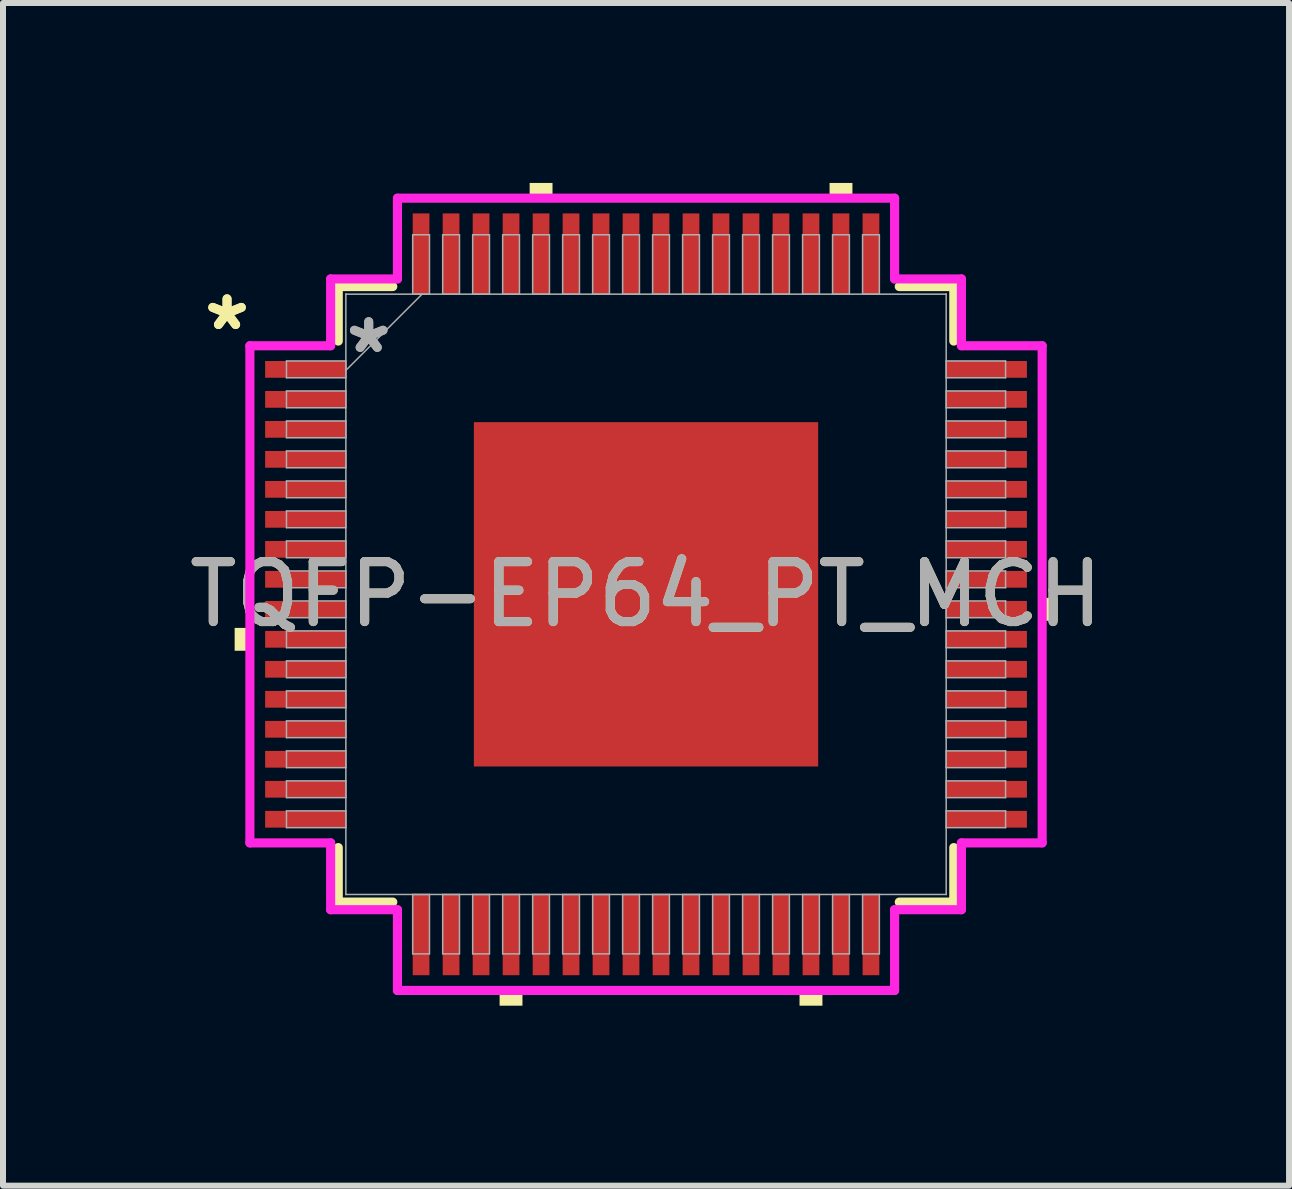
<source format=kicad_pcb>
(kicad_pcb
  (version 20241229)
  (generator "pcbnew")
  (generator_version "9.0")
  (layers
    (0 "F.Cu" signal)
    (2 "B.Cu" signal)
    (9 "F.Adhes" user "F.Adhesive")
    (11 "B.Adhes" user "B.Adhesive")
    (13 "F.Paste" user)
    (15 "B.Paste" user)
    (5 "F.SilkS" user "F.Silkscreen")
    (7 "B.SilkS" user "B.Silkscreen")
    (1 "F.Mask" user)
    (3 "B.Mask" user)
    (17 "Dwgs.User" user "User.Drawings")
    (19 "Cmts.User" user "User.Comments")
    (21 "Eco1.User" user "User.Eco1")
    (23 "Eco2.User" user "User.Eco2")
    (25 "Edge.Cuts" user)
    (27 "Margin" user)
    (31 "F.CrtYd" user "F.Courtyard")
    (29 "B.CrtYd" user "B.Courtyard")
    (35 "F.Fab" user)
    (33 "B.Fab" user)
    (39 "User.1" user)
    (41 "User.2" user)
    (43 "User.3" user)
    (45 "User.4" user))
  (footprint "TQFP-EP64_PT_MCH"
    (layer "F.Cu")
    (at 7.72 6.858)
    (property "Reference" "TQFP-EP64_PT_MCH" (at 0 0 0) (unlocked yes) (layer "F.SilkS") (effects (font (size 1 1) (thickness 0.15))))
    (attr smd)
    (fp_line (start -5.131 -5.131) (end -5.131 -4.222) (stroke (width 0.152) (type solid)) (layer "F.SilkS"))
    (fp_line (start -5.131 4.222) (end -5.131 5.131) (stroke (width 0.152) (type solid)) (layer "F.SilkS"))
    (fp_line (start -5.131 5.131) (end -4.222 5.131) (stroke (width 0.152) (type solid)) (layer "F.SilkS"))
    (fp_line (start -4.222 -5.131) (end -5.131 -5.131) (stroke (width 0.152) (type solid)) (layer "F.SilkS"))
    (fp_line (start 4.222 5.131) (end 5.131 5.131) (stroke (width 0.152) (type solid)) (layer "F.SilkS"))
    (fp_line (start 5.131 -5.131) (end 4.222 -5.131) (stroke (width 0.152) (type solid)) (layer "F.SilkS"))
    (fp_line (start 5.131 -4.222) (end 5.131 -5.131) (stroke (width 0.152) (type solid)) (layer "F.SilkS"))
    (fp_line (start 5.131 5.131) (end 5.131 4.222) (stroke (width 0.152) (type solid)) (layer "F.SilkS"))
    (fp_poly (pts (xy -6.858 0.56) (xy -6.858 0.941) (xy -6.604 0.941) (xy -6.604 0.56)) (stroke (width 0) (type solid)) (fill yes) (layer "F.SilkS"))
    (fp_poly (pts (xy -2.441 6.604) (xy -2.441 6.858) (xy -2.06 6.858) (xy -2.06 6.604)) (stroke (width 0) (type solid)) (fill yes) (layer "F.SilkS"))
    (fp_poly (pts (xy -1.94 -6.604) (xy -1.94 -6.858) (xy -1.559 -6.858) (xy -1.559 -6.604)) (stroke (width 0) (type solid)) (fill yes) (layer "F.SilkS"))
    (fp_poly (pts (xy 2.559 6.604) (xy 2.559 6.858) (xy 2.941 6.858) (xy 2.941 6.604)) (stroke (width 0) (type solid)) (fill yes) (layer "F.SilkS"))
    (fp_poly (pts (xy 3.06 -6.604) (xy 3.06 -6.858) (xy 3.441 -6.858) (xy 3.441 -6.604)) (stroke (width 0) (type solid)) (fill yes) (layer "F.SilkS"))
    (fp_poly (pts (xy 6.858 0.059) (xy 6.858 0.441) (xy 6.604 0.441) (xy 6.604 0.059)) (stroke (width 0) (type solid)) (fill yes) (layer "F.SilkS"))
    (fp_poly (pts (xy -2.77 -2.77) (xy -2.77 -1.535) (xy -1.535 -1.535) (xy -1.535 -2.77)) (stroke (width 0) (type solid)) (fill yes) (layer "F.Paste"))
    (fp_poly (pts (xy -2.77 -1.335) (xy -2.77 -0.1) (xy -1.535 -0.1) (xy -1.535 -1.335)) (stroke (width 0) (type solid)) (fill yes) (layer "F.Paste"))
    (fp_poly (pts (xy -2.77 0.1) (xy -2.77 1.335) (xy -1.535 1.335) (xy -1.535 0.1)) (stroke (width 0) (type solid)) (fill yes) (layer "F.Paste"))
    (fp_poly (pts (xy -2.77 1.535) (xy -2.77 2.77) (xy -1.535 2.77) (xy -1.535 1.535)) (stroke (width 0) (type solid)) (fill yes) (layer "F.Paste"))
    (fp_poly (pts (xy -1.335 -2.77) (xy -1.335 -1.535) (xy -0.1 -1.535) (xy -0.1 -2.77)) (stroke (width 0) (type solid)) (fill yes) (layer "F.Paste"))
    (fp_poly (pts (xy -1.335 -1.335) (xy -1.335 -0.1) (xy -0.1 -0.1) (xy -0.1 -1.335)) (stroke (width 0) (type solid)) (fill yes) (layer "F.Paste"))
    (fp_poly (pts (xy -1.335 0.1) (xy -1.335 1.335) (xy -0.1 1.335) (xy -0.1 0.1)) (stroke (width 0) (type solid)) (fill yes) (layer "F.Paste"))
    (fp_poly (pts (xy -1.335 1.535) (xy -1.335 2.77) (xy -0.1 2.77) (xy -0.1 1.535)) (stroke (width 0) (type solid)) (fill yes) (layer "F.Paste"))
    (fp_poly (pts (xy 0.1 -2.77) (xy 0.1 -1.535) (xy 1.335 -1.535) (xy 1.335 -2.77)) (stroke (width 0) (type solid)) (fill yes) (layer "F.Paste"))
    (fp_poly (pts (xy 0.1 -1.335) (xy 0.1 -0.1) (xy 1.335 -0.1) (xy 1.335 -1.335)) (stroke (width 0) (type solid)) (fill yes) (layer "F.Paste"))
    (fp_poly (pts (xy 0.1 0.1) (xy 0.1 1.335) (xy 1.335 1.335) (xy 1.335 0.1)) (stroke (width 0) (type solid)) (fill yes) (layer "F.Paste"))
    (fp_poly (pts (xy 0.1 1.535) (xy 0.1 2.77) (xy 1.335 2.77) (xy 1.335 1.535)) (stroke (width 0) (type solid)) (fill yes) (layer "F.Paste"))
    (fp_poly (pts (xy 1.535 -2.77) (xy 1.535 -1.535) (xy 2.77 -1.535) (xy 2.77 -2.77)) (stroke (width 0) (type solid)) (fill yes) (layer "F.Paste"))
    (fp_poly (pts (xy 1.535 -1.335) (xy 1.535 -0.1) (xy 2.77 -0.1) (xy 2.77 -1.335)) (stroke (width 0) (type solid)) (fill yes) (layer "F.Paste"))
    (fp_poly (pts (xy 1.535 0.1) (xy 1.535 1.335) (xy 2.77 1.335) (xy 2.77 0.1)) (stroke (width 0) (type solid)) (fill yes) (layer "F.Paste"))
    (fp_poly (pts (xy 1.535 1.535) (xy 1.535 2.77) (xy 2.77 2.77) (xy 2.77 1.535)) (stroke (width 0) (type solid)) (fill yes) (layer "F.Paste"))
    (fp_line (start -6.604 -4.144) (end -5.258 -4.144) (stroke (width 0.152) (type solid)) (layer "F.CrtYd"))
    (fp_line (start -6.604 4.144) (end -6.604 -4.144) (stroke (width 0.152) (type solid)) (layer "F.CrtYd"))
    (fp_line (start -5.258 -5.258) (end -4.144 -5.258) (stroke (width 0.152) (type solid)) (layer "F.CrtYd"))
    (fp_line (start -5.258 -4.144) (end -5.258 -5.258) (stroke (width 0.152) (type solid)) (layer "F.CrtYd"))
    (fp_line (start -5.258 4.144) (end -6.604 4.144) (stroke (width 0.152) (type solid)) (layer "F.CrtYd"))
    (fp_line (start -5.258 5.258) (end -5.258 4.144) (stroke (width 0.152) (type solid)) (layer "F.CrtYd"))
    (fp_line (start -5.258 5.258) (end -4.144 5.258) (stroke (width 0.152) (type solid)) (layer "F.CrtYd"))
    (fp_line (start -4.144 -6.604) (end 4.144 -6.604) (stroke (width 0.152) (type solid)) (layer "F.CrtYd"))
    (fp_line (start -4.144 -5.258) (end -4.144 -6.604) (stroke (width 0.152) (type solid)) (layer "F.CrtYd"))
    (fp_line (start -4.144 5.258) (end -4.144 6.604) (stroke (width 0.152) (type solid)) (layer "F.CrtYd"))
    (fp_line (start -4.144 6.604) (end 4.144 6.604) (stroke (width 0.152) (type solid)) (layer "F.CrtYd"))
    (fp_line (start 4.144 -6.604) (end 4.144 -5.258) (stroke (width 0.152) (type solid)) (layer "F.CrtYd"))
    (fp_line (start 4.144 -5.258) (end 5.258 -5.258) (stroke (width 0.152) (type solid)) (layer "F.CrtYd"))
    (fp_line (start 4.144 5.258) (end 5.258 5.258) (stroke (width 0.152) (type solid)) (layer "F.CrtYd"))
    (fp_line (start 4.144 6.604) (end 4.144 5.258) (stroke (width 0.152) (type solid)) (layer "F.CrtYd"))
    (fp_line (start 5.258 -4.144) (end 5.258 -5.258) (stroke (width 0.152) (type solid)) (layer "F.CrtYd"))
    (fp_line (start 5.258 4.144) (end 6.604 4.144) (stroke (width 0.152) (type solid)) (layer "F.CrtYd"))
    (fp_line (start 5.258 5.258) (end 5.258 4.144) (stroke (width 0.152) (type solid)) (layer "F.CrtYd"))
    (fp_line (start 6.604 -4.144) (end 5.258 -4.144) (stroke (width 0.152) (type solid)) (layer "F.CrtYd"))
    (fp_line (start 6.604 4.144) (end 6.604 -4.144) (stroke (width 0.152) (type solid)) (layer "F.CrtYd"))
    (fp_line (start -5.994 -3.89) (end -5.994 -3.61) (stroke (width 0.025) (type solid)) (layer "F.Fab"))
    (fp_line (start -5.994 -3.61) (end -5.004 -3.61) (stroke (width 0.025) (type solid)) (layer "F.Fab"))
    (fp_line (start -5.994 -3.39) (end -5.994 -3.11) (stroke (width 0.025) (type solid)) (layer "F.Fab"))
    (fp_line (start -5.994 -3.11) (end -5.004 -3.11) (stroke (width 0.025) (type solid)) (layer "F.Fab"))
    (fp_line (start -5.994 -2.89) (end -5.994 -2.61) (stroke (width 0.025) (type solid)) (layer "F.Fab"))
    (fp_line (start -5.994 -2.61) (end -5.004 -2.61) (stroke (width 0.025) (type solid)) (layer "F.Fab"))
    (fp_line (start -5.994 -2.39) (end -5.994 -2.11) (stroke (width 0.025) (type solid)) (layer "F.Fab"))
    (fp_line (start -5.994 -2.11) (end -5.004 -2.11) (stroke (width 0.025) (type solid)) (layer "F.Fab"))
    (fp_line (start -5.994 -1.89) (end -5.994 -1.61) (stroke (width 0.025) (type solid)) (layer "F.Fab"))
    (fp_line (start -5.994 -1.61) (end -5.004 -1.61) (stroke (width 0.025) (type solid)) (layer "F.Fab"))
    (fp_line (start -5.994 -1.39) (end -5.994 -1.11) (stroke (width 0.025) (type solid)) (layer "F.Fab"))
    (fp_line (start -5.994 -1.11) (end -5.004 -1.11) (stroke (width 0.025) (type solid)) (layer "F.Fab"))
    (fp_line (start -5.994 -0.89) (end -5.994 -0.61) (stroke (width 0.025) (type solid)) (layer "F.Fab"))
    (fp_line (start -5.994 -0.61) (end -5.004 -0.61) (stroke (width 0.025) (type solid)) (layer "F.Fab"))
    (fp_line (start -5.994 -0.39) (end -5.994 -0.11) (stroke (width 0.025) (type solid)) (layer "F.Fab"))
    (fp_line (start -5.994 -0.11) (end -5.004 -0.11) (stroke (width 0.025) (type solid)) (layer "F.Fab"))
    (fp_line (start -5.994 0.11) (end -5.994 0.39) (stroke (width 0.025) (type solid)) (layer "F.Fab"))
    (fp_line (start -5.994 0.39) (end -5.004 0.39) (stroke (width 0.025) (type solid)) (layer "F.Fab"))
    (fp_line (start -5.994 0.61) (end -5.994 0.89) (stroke (width 0.025) (type solid)) (layer "F.Fab"))
    (fp_line (start -5.994 0.89) (end -5.004 0.89) (stroke (width 0.025) (type solid)) (layer "F.Fab"))
    (fp_line (start -5.994 1.11) (end -5.994 1.39) (stroke (width 0.025) (type solid)) (layer "F.Fab"))
    (fp_line (start -5.994 1.39) (end -5.004 1.39) (stroke (width 0.025) (type solid)) (layer "F.Fab"))
    (fp_line (start -5.994 1.61) (end -5.994 1.89) (stroke (width 0.025) (type solid)) (layer "F.Fab"))
    (fp_line (start -5.994 1.89) (end -5.004 1.89) (stroke (width 0.025) (type solid)) (layer "F.Fab"))
    (fp_line (start -5.994 2.11) (end -5.994 2.39) (stroke (width 0.025) (type solid)) (layer "F.Fab"))
    (fp_line (start -5.994 2.39) (end -5.004 2.39) (stroke (width 0.025) (type solid)) (layer "F.Fab"))
    (fp_line (start -5.994 2.61) (end -5.994 2.89) (stroke (width 0.025) (type solid)) (layer "F.Fab"))
    (fp_line (start -5.994 2.89) (end -5.004 2.89) (stroke (width 0.025) (type solid)) (layer "F.Fab"))
    (fp_line (start -5.994 3.11) (end -5.994 3.39) (stroke (width 0.025) (type solid)) (layer "F.Fab"))
    (fp_line (start -5.994 3.39) (end -5.004 3.39) (stroke (width 0.025) (type solid)) (layer "F.Fab"))
    (fp_line (start -5.994 3.61) (end -5.994 3.89) (stroke (width 0.025) (type solid)) (layer "F.Fab"))
    (fp_line (start -5.994 3.89) (end -5.004 3.89) (stroke (width 0.025) (type solid)) (layer "F.Fab"))
    (fp_line (start -5.004 -5.004) (end -5.004 -5.004) (stroke (width 0.025) (type solid)) (layer "F.Fab"))
    (fp_line (start -5.004 -5.004) (end -5.004 5.004) (stroke (width 0.025) (type solid)) (layer "F.Fab"))
    (fp_line (start -5.004 -3.89) (end -5.994 -3.89) (stroke (width 0.025) (type solid)) (layer "F.Fab"))
    (fp_line (start -5.004 -3.734) (end -3.734 -5.004) (stroke (width 0.025) (type solid)) (layer "F.Fab"))
    (fp_line (start -5.004 -3.61) (end -5.004 -3.89) (stroke (width 0.025) (type solid)) (layer "F.Fab"))
    (fp_line (start -5.004 -3.39) (end -5.994 -3.39) (stroke (width 0.025) (type solid)) (layer "F.Fab"))
    (fp_line (start -5.004 -3.11) (end -5.004 -3.39) (stroke (width 0.025) (type solid)) (layer "F.Fab"))
    (fp_line (start -5.004 -2.89) (end -5.994 -2.89) (stroke (width 0.025) (type solid)) (layer "F.Fab"))
    (fp_line (start -5.004 -2.61) (end -5.004 -2.89) (stroke (width 0.025) (type solid)) (layer "F.Fab"))
    (fp_line (start -5.004 -2.39) (end -5.994 -2.39) (stroke (width 0.025) (type solid)) (layer "F.Fab"))
    (fp_line (start -5.004 -2.11) (end -5.004 -2.39) (stroke (width 0.025) (type solid)) (layer "F.Fab"))
    (fp_line (start -5.004 -1.89) (end -5.994 -1.89) (stroke (width 0.025) (type solid)) (layer "F.Fab"))
    (fp_line (start -5.004 -1.61) (end -5.004 -1.89) (stroke (width 0.025) (type solid)) (layer "F.Fab"))
    (fp_line (start -5.004 -1.39) (end -5.994 -1.39) (stroke (width 0.025) (type solid)) (layer "F.Fab"))
    (fp_line (start -5.004 -1.11) (end -5.004 -1.39) (stroke (width 0.025) (type solid)) (layer "F.Fab"))
    (fp_line (start -5.004 -0.89) (end -5.994 -0.89) (stroke (width 0.025) (type solid)) (layer "F.Fab"))
    (fp_line (start -5.004 -0.61) (end -5.004 -0.89) (stroke (width 0.025) (type solid)) (layer "F.Fab"))
    (fp_line (start -5.004 -0.39) (end -5.994 -0.39) (stroke (width 0.025) (type solid)) (layer "F.Fab"))
    (fp_line (start -5.004 -0.11) (end -5.004 -0.39) (stroke (width 0.025) (type solid)) (layer "F.Fab"))
    (fp_line (start -5.004 0.11) (end -5.994 0.11) (stroke (width 0.025) (type solid)) (layer "F.Fab"))
    (fp_line (start -5.004 0.39) (end -5.004 0.11) (stroke (width 0.025) (type solid)) (layer "F.Fab"))
    (fp_line (start -5.004 0.61) (end -5.994 0.61) (stroke (width 0.025) (type solid)) (layer "F.Fab"))
    (fp_line (start -5.004 0.89) (end -5.004 0.61) (stroke (width 0.025) (type solid)) (layer "F.Fab"))
    (fp_line (start -5.004 1.11) (end -5.994 1.11) (stroke (width 0.025) (type solid)) (layer "F.Fab"))
    (fp_line (start -5.004 1.39) (end -5.004 1.11) (stroke (width 0.025) (type solid)) (layer "F.Fab"))
    (fp_line (start -5.004 1.61) (end -5.994 1.61) (stroke (width 0.025) (type solid)) (layer "F.Fab"))
    (fp_line (start -5.004 1.89) (end -5.004 1.61) (stroke (width 0.025) (type solid)) (layer "F.Fab"))
    (fp_line (start -5.004 2.11) (end -5.994 2.11) (stroke (width 0.025) (type solid)) (layer "F.Fab"))
    (fp_line (start -5.004 2.39) (end -5.004 2.11) (stroke (width 0.025) (type solid)) (layer "F.Fab"))
    (fp_line (start -5.004 2.61) (end -5.994 2.61) (stroke (width 0.025) (type solid)) (layer "F.Fab"))
    (fp_line (start -5.004 2.89) (end -5.004 2.61) (stroke (width 0.025) (type solid)) (layer "F.Fab"))
    (fp_line (start -5.004 3.11) (end -5.994 3.11) (stroke (width 0.025) (type solid)) (layer "F.Fab"))
    (fp_line (start -5.004 3.39) (end -5.004 3.11) (stroke (width 0.025) (type solid)) (layer "F.Fab"))
    (fp_line (start -5.004 3.61) (end -5.994 3.61) (stroke (width 0.025) (type solid)) (layer "F.Fab"))
    (fp_line (start -5.004 3.89) (end -5.004 3.61) (stroke (width 0.025) (type solid)) (layer "F.Fab"))
    (fp_line (start -5.004 5.004) (end -5.004 5.004) (stroke (width 0.025) (type solid)) (layer "F.Fab"))
    (fp_line (start -5.004 5.004) (end 5.004 5.004) (stroke (width 0.025) (type solid)) (layer "F.Fab"))
    (fp_line (start -3.89 -5.994) (end -3.89 -5.004) (stroke (width 0.025) (type solid)) (layer "F.Fab"))
    (fp_line (start -3.89 -5.004) (end -3.61 -5.004) (stroke (width 0.025) (type solid)) (layer "F.Fab"))
    (fp_line (start -3.89 5.004) (end -3.89 5.994) (stroke (width 0.025) (type solid)) (layer "F.Fab"))
    (fp_line (start -3.89 5.994) (end -3.61 5.994) (stroke (width 0.025) (type solid)) (layer "F.Fab"))
    (fp_line (start -3.61 -5.994) (end -3.89 -5.994) (stroke (width 0.025) (type solid)) (layer "F.Fab"))
    (fp_line (start -3.61 -5.004) (end -3.61 -5.994) (stroke (width 0.025) (type solid)) (layer "F.Fab"))
    (fp_line (start -3.61 5.004) (end -3.89 5.004) (stroke (width 0.025) (type solid)) (layer "F.Fab"))
    (fp_line (start -3.61 5.994) (end -3.61 5.004) (stroke (width 0.025) (type solid)) (layer "F.Fab"))
    (fp_line (start -3.39 -5.994) (end -3.39 -5.004) (stroke (width 0.025) (type solid)) (layer "F.Fab"))
    (fp_line (start -3.39 -5.004) (end -3.11 -5.004) (stroke (width 0.025) (type solid)) (layer "F.Fab"))
    (fp_line (start -3.39 5.004) (end -3.39 5.994) (stroke (width 0.025) (type solid)) (layer "F.Fab"))
    (fp_line (start -3.39 5.994) (end -3.11 5.994) (stroke (width 0.025) (type solid)) (layer "F.Fab"))
    (fp_line (start -3.11 -5.994) (end -3.39 -5.994) (stroke (width 0.025) (type solid)) (layer "F.Fab"))
    (fp_line (start -3.11 -5.004) (end -3.11 -5.994) (stroke (width 0.025) (type solid)) (layer "F.Fab"))
    (fp_line (start -3.11 5.004) (end -3.39 5.004) (stroke (width 0.025) (type solid)) (layer "F.Fab"))
    (fp_line (start -3.11 5.994) (end -3.11 5.004) (stroke (width 0.025) (type solid)) (layer "F.Fab"))
    (fp_line (start -2.89 -5.994) (end -2.89 -5.004) (stroke (width 0.025) (type solid)) (layer "F.Fab"))
    (fp_line (start -2.89 -5.004) (end -2.61 -5.004) (stroke (width 0.025) (type solid)) (layer "F.Fab"))
    (fp_line (start -2.89 5.004) (end -2.89 5.994) (stroke (width 0.025) (type solid)) (layer "F.Fab"))
    (fp_line (start -2.89 5.994) (end -2.61 5.994) (stroke (width 0.025) (type solid)) (layer "F.Fab"))
    (fp_line (start -2.61 -5.994) (end -2.89 -5.994) (stroke (width 0.025) (type solid)) (layer "F.Fab"))
    (fp_line (start -2.61 -5.004) (end -2.61 -5.994) (stroke (width 0.025) (type solid)) (layer "F.Fab"))
    (fp_line (start -2.61 5.004) (end -2.89 5.004) (stroke (width 0.025) (type solid)) (layer "F.Fab"))
    (fp_line (start -2.61 5.994) (end -2.61 5.004) (stroke (width 0.025) (type solid)) (layer "F.Fab"))
    (fp_line (start -2.39 -5.994) (end -2.39 -5.004) (stroke (width 0.025) (type solid)) (layer "F.Fab"))
    (fp_line (start -2.39 -5.004) (end -2.11 -5.004) (stroke (width 0.025) (type solid)) (layer "F.Fab"))
    (fp_line (start -2.39 5.004) (end -2.39 5.994) (stroke (width 0.025) (type solid)) (layer "F.Fab"))
    (fp_line (start -2.39 5.994) (end -2.11 5.994) (stroke (width 0.025) (type solid)) (layer "F.Fab"))
    (fp_line (start -2.11 -5.994) (end -2.39 -5.994) (stroke (width 0.025) (type solid)) (layer "F.Fab"))
    (fp_line (start -2.11 -5.004) (end -2.11 -5.994) (stroke (width 0.025) (type solid)) (layer "F.Fab"))
    (fp_line (start -2.11 5.004) (end -2.39 5.004) (stroke (width 0.025) (type solid)) (layer "F.Fab"))
    (fp_line (start -2.11 5.994) (end -2.11 5.004) (stroke (width 0.025) (type solid)) (layer "F.Fab"))
    (fp_line (start -1.89 -5.994) (end -1.89 -5.004) (stroke (width 0.025) (type solid)) (layer "F.Fab"))
    (fp_line (start -1.89 -5.004) (end -1.61 -5.004) (stroke (width 0.025) (type solid)) (layer "F.Fab"))
    (fp_line (start -1.89 5.004) (end -1.89 5.994) (stroke (width 0.025) (type solid)) (layer "F.Fab"))
    (fp_line (start -1.89 5.994) (end -1.61 5.994) (stroke (width 0.025) (type solid)) (layer "F.Fab"))
    (fp_line (start -1.61 -5.994) (end -1.89 -5.994) (stroke (width 0.025) (type solid)) (layer "F.Fab"))
    (fp_line (start -1.61 -5.004) (end -1.61 -5.994) (stroke (width 0.025) (type solid)) (layer "F.Fab"))
    (fp_line (start -1.61 5.004) (end -1.89 5.004) (stroke (width 0.025) (type solid)) (layer "F.Fab"))
    (fp_line (start -1.61 5.994) (end -1.61 5.004) (stroke (width 0.025) (type solid)) (layer "F.Fab"))
    (fp_line (start -1.39 -5.994) (end -1.39 -5.004) (stroke (width 0.025) (type solid)) (layer "F.Fab"))
    (fp_line (start -1.39 -5.004) (end -1.11 -5.004) (stroke (width 0.025) (type solid)) (layer "F.Fab"))
    (fp_line (start -1.39 5.004) (end -1.39 5.994) (stroke (width 0.025) (type solid)) (layer "F.Fab"))
    (fp_line (start -1.39 5.994) (end -1.11 5.994) (stroke (width 0.025) (type solid)) (layer "F.Fab"))
    (fp_line (start -1.11 -5.994) (end -1.39 -5.994) (stroke (width 0.025) (type solid)) (layer "F.Fab"))
    (fp_line (start -1.11 -5.004) (end -1.11 -5.994) (stroke (width 0.025) (type solid)) (layer "F.Fab"))
    (fp_line (start -1.11 5.004) (end -1.39 5.004) (stroke (width 0.025) (type solid)) (layer "F.Fab"))
    (fp_line (start -1.11 5.994) (end -1.11 5.004) (stroke (width 0.025) (type solid)) (layer "F.Fab"))
    (fp_line (start -0.89 -5.994) (end -0.89 -5.004) (stroke (width 0.025) (type solid)) (layer "F.Fab"))
    (fp_line (start -0.89 -5.004) (end -0.61 -5.004) (stroke (width 0.025) (type solid)) (layer "F.Fab"))
    (fp_line (start -0.89 5.004) (end -0.89 5.994) (stroke (width 0.025) (type solid)) (layer "F.Fab"))
    (fp_line (start -0.89 5.994) (end -0.61 5.994) (stroke (width 0.025) (type solid)) (layer "F.Fab"))
    (fp_line (start -0.61 -5.994) (end -0.89 -5.994) (stroke (width 0.025) (type solid)) (layer "F.Fab"))
    (fp_line (start -0.61 -5.004) (end -0.61 -5.994) (stroke (width 0.025) (type solid)) (layer "F.Fab"))
    (fp_line (start -0.61 5.004) (end -0.89 5.004) (stroke (width 0.025) (type solid)) (layer "F.Fab"))
    (fp_line (start -0.61 5.994) (end -0.61 5.004) (stroke (width 0.025) (type solid)) (layer "F.Fab"))
    (fp_line (start -0.39 -5.994) (end -0.39 -5.004) (stroke (width 0.025) (type solid)) (layer "F.Fab"))
    (fp_line (start -0.39 -5.004) (end -0.11 -5.004) (stroke (width 0.025) (type solid)) (layer "F.Fab"))
    (fp_line (start -0.39 5.004) (end -0.39 5.994) (stroke (width 0.025) (type solid)) (layer "F.Fab"))
    (fp_line (start -0.39 5.994) (end -0.11 5.994) (stroke (width 0.025) (type solid)) (layer "F.Fab"))
    (fp_line (start -0.11 -5.994) (end -0.39 -5.994) (stroke (width 0.025) (type solid)) (layer "F.Fab"))
    (fp_line (start -0.11 -5.004) (end -0.11 -5.994) (stroke (width 0.025) (type solid)) (layer "F.Fab"))
    (fp_line (start -0.11 5.004) (end -0.39 5.004) (stroke (width 0.025) (type solid)) (layer "F.Fab"))
    (fp_line (start -0.11 5.994) (end -0.11 5.004) (stroke (width 0.025) (type solid)) (layer "F.Fab"))
    (fp_line (start 0.11 -5.994) (end 0.11 -5.004) (stroke (width 0.025) (type solid)) (layer "F.Fab"))
    (fp_line (start 0.11 -5.004) (end 0.39 -5.004) (stroke (width 0.025) (type solid)) (layer "F.Fab"))
    (fp_line (start 0.11 5.004) (end 0.11 5.994) (stroke (width 0.025) (type solid)) (layer "F.Fab"))
    (fp_line (start 0.11 5.994) (end 0.39 5.994) (stroke (width 0.025) (type solid)) (layer "F.Fab"))
    (fp_line (start 0.39 -5.994) (end 0.11 -5.994) (stroke (width 0.025) (type solid)) (layer "F.Fab"))
    (fp_line (start 0.39 -5.004) (end 0.39 -5.994) (stroke (width 0.025) (type solid)) (layer "F.Fab"))
    (fp_line (start 0.39 5.004) (end 0.11 5.004) (stroke (width 0.025) (type solid)) (layer "F.Fab"))
    (fp_line (start 0.39 5.994) (end 0.39 5.004) (stroke (width 0.025) (type solid)) (layer "F.Fab"))
    (fp_line (start 0.61 -5.994) (end 0.61 -5.004) (stroke (width 0.025) (type solid)) (layer "F.Fab"))
    (fp_line (start 0.61 -5.004) (end 0.89 -5.004) (stroke (width 0.025) (type solid)) (layer "F.Fab"))
    (fp_line (start 0.61 5.004) (end 0.61 5.994) (stroke (width 0.025) (type solid)) (layer "F.Fab"))
    (fp_line (start 0.61 5.994) (end 0.89 5.994) (stroke (width 0.025) (type solid)) (layer "F.Fab"))
    (fp_line (start 0.89 -5.994) (end 0.61 -5.994) (stroke (width 0.025) (type solid)) (layer "F.Fab"))
    (fp_line (start 0.89 -5.004) (end 0.89 -5.994) (stroke (width 0.025) (type solid)) (layer "F.Fab"))
    (fp_line (start 0.89 5.004) (end 0.61 5.004) (stroke (width 0.025) (type solid)) (layer "F.Fab"))
    (fp_line (start 0.89 5.994) (end 0.89 5.004) (stroke (width 0.025) (type solid)) (layer "F.Fab"))
    (fp_line (start 1.11 -5.994) (end 1.11 -5.004) (stroke (width 0.025) (type solid)) (layer "F.Fab"))
    (fp_line (start 1.11 -5.004) (end 1.39 -5.004) (stroke (width 0.025) (type solid)) (layer "F.Fab"))
    (fp_line (start 1.11 5.004) (end 1.11 5.994) (stroke (width 0.025) (type solid)) (layer "F.Fab"))
    (fp_line (start 1.11 5.994) (end 1.39 5.994) (stroke (width 0.025) (type solid)) (layer "F.Fab"))
    (fp_line (start 1.39 -5.994) (end 1.11 -5.994) (stroke (width 0.025) (type solid)) (layer "F.Fab"))
    (fp_line (start 1.39 -5.004) (end 1.39 -5.994) (stroke (width 0.025) (type solid)) (layer "F.Fab"))
    (fp_line (start 1.39 5.004) (end 1.11 5.004) (stroke (width 0.025) (type solid)) (layer "F.Fab"))
    (fp_line (start 1.39 5.994) (end 1.39 5.004) (stroke (width 0.025) (type solid)) (layer "F.Fab"))
    (fp_line (start 1.61 -5.994) (end 1.61 -5.004) (stroke (width 0.025) (type solid)) (layer "F.Fab"))
    (fp_line (start 1.61 -5.004) (end 1.89 -5.004) (stroke (width 0.025) (type solid)) (layer "F.Fab"))
    (fp_line (start 1.61 5.004) (end 1.61 5.994) (stroke (width 0.025) (type solid)) (layer "F.Fab"))
    (fp_line (start 1.61 5.994) (end 1.89 5.994) (stroke (width 0.025) (type solid)) (layer "F.Fab"))
    (fp_line (start 1.89 -5.994) (end 1.61 -5.994) (stroke (width 0.025) (type solid)) (layer "F.Fab"))
    (fp_line (start 1.89 -5.004) (end 1.89 -5.994) (stroke (width 0.025) (type solid)) (layer "F.Fab"))
    (fp_line (start 1.89 5.004) (end 1.61 5.004) (stroke (width 0.025) (type solid)) (layer "F.Fab"))
    (fp_line (start 1.89 5.994) (end 1.89 5.004) (stroke (width 0.025) (type solid)) (layer "F.Fab"))
    (fp_line (start 2.11 -5.994) (end 2.11 -5.004) (stroke (width 0.025) (type solid)) (layer "F.Fab"))
    (fp_line (start 2.11 -5.004) (end 2.39 -5.004) (stroke (width 0.025) (type solid)) (layer "F.Fab"))
    (fp_line (start 2.11 5.004) (end 2.11 5.994) (stroke (width 0.025) (type solid)) (layer "F.Fab"))
    (fp_line (start 2.11 5.994) (end 2.39 5.994) (stroke (width 0.025) (type solid)) (layer "F.Fab"))
    (fp_line (start 2.39 -5.994) (end 2.11 -5.994) (stroke (width 0.025) (type solid)) (layer "F.Fab"))
    (fp_line (start 2.39 -5.004) (end 2.39 -5.994) (stroke (width 0.025) (type solid)) (layer "F.Fab"))
    (fp_line (start 2.39 5.004) (end 2.11 5.004) (stroke (width 0.025) (type solid)) (layer "F.Fab"))
    (fp_line (start 2.39 5.994) (end 2.39 5.004) (stroke (width 0.025) (type solid)) (layer "F.Fab"))
    (fp_line (start 2.61 -5.994) (end 2.61 -5.004) (stroke (width 0.025) (type solid)) (layer "F.Fab"))
    (fp_line (start 2.61 -5.004) (end 2.89 -5.004) (stroke (width 0.025) (type solid)) (layer "F.Fab"))
    (fp_line (start 2.61 5.004) (end 2.61 5.994) (stroke (width 0.025) (type solid)) (layer "F.Fab"))
    (fp_line (start 2.61 5.994) (end 2.89 5.994) (stroke (width 0.025) (type solid)) (layer "F.Fab"))
    (fp_line (start 2.89 -5.994) (end 2.61 -5.994) (stroke (width 0.025) (type solid)) (layer "F.Fab"))
    (fp_line (start 2.89 -5.004) (end 2.89 -5.994) (stroke (width 0.025) (type solid)) (layer "F.Fab"))
    (fp_line (start 2.89 5.004) (end 2.61 5.004) (stroke (width 0.025) (type solid)) (layer "F.Fab"))
    (fp_line (start 2.89 5.994) (end 2.89 5.004) (stroke (width 0.025) (type solid)) (layer "F.Fab"))
    (fp_line (start 3.11 -5.994) (end 3.11 -5.004) (stroke (width 0.025) (type solid)) (layer "F.Fab"))
    (fp_line (start 3.11 -5.004) (end 3.39 -5.004) (stroke (width 0.025) (type solid)) (layer "F.Fab"))
    (fp_line (start 3.11 5.004) (end 3.11 5.994) (stroke (width 0.025) (type solid)) (layer "F.Fab"))
    (fp_line (start 3.11 5.994) (end 3.39 5.994) (stroke (width 0.025) (type solid)) (layer "F.Fab"))
    (fp_line (start 3.39 -5.994) (end 3.11 -5.994) (stroke (width 0.025) (type solid)) (layer "F.Fab"))
    (fp_line (start 3.39 -5.004) (end 3.39 -5.994) (stroke (width 0.025) (type solid)) (layer "F.Fab"))
    (fp_line (start 3.39 5.004) (end 3.11 5.004) (stroke (width 0.025) (type solid)) (layer "F.Fab"))
    (fp_line (start 3.39 5.994) (end 3.39 5.004) (stroke (width 0.025) (type solid)) (layer "F.Fab"))
    (fp_line (start 3.61 -5.994) (end 3.61 -5.004) (stroke (width 0.025) (type solid)) (layer "F.Fab"))
    (fp_line (start 3.61 -5.004) (end 3.89 -5.004) (stroke (width 0.025) (type solid)) (layer "F.Fab"))
    (fp_line (start 3.61 5.004) (end 3.61 5.994) (stroke (width 0.025) (type solid)) (layer "F.Fab"))
    (fp_line (start 3.61 5.994) (end 3.89 5.994) (stroke (width 0.025) (type solid)) (layer "F.Fab"))
    (fp_line (start 3.89 -5.994) (end 3.61 -5.994) (stroke (width 0.025) (type solid)) (layer "F.Fab"))
    (fp_line (start 3.89 -5.004) (end 3.89 -5.994) (stroke (width 0.025) (type solid)) (layer "F.Fab"))
    (fp_line (start 3.89 5.004) (end 3.61 5.004) (stroke (width 0.025) (type solid)) (layer "F.Fab"))
    (fp_line (start 3.89 5.994) (end 3.89 5.004) (stroke (width 0.025) (type solid)) (layer "F.Fab"))
    (fp_line (start 5.004 -5.004) (end -5.004 -5.004) (stroke (width 0.025) (type solid)) (layer "F.Fab"))
    (fp_line (start 5.004 -5.004) (end 5.004 -5.004) (stroke (width 0.025) (type solid)) (layer "F.Fab"))
    (fp_line (start 5.004 -3.89) (end 5.004 -3.61) (stroke (width 0.025) (type solid)) (layer "F.Fab"))
    (fp_line (start 5.004 -3.61) (end 5.994 -3.61) (stroke (width 0.025) (type solid)) (layer "F.Fab"))
    (fp_line (start 5.004 -3.39) (end 5.004 -3.11) (stroke (width 0.025) (type solid)) (layer "F.Fab"))
    (fp_line (start 5.004 -3.11) (end 5.994 -3.11) (stroke (width 0.025) (type solid)) (layer "F.Fab"))
    (fp_line (start 5.004 -2.89) (end 5.004 -2.61) (stroke (width 0.025) (type solid)) (layer "F.Fab"))
    (fp_line (start 5.004 -2.61) (end 5.994 -2.61) (stroke (width 0.025) (type solid)) (layer "F.Fab"))
    (fp_line (start 5.004 -2.39) (end 5.004 -2.11) (stroke (width 0.025) (type solid)) (layer "F.Fab"))
    (fp_line (start 5.004 -2.11) (end 5.994 -2.11) (stroke (width 0.025) (type solid)) (layer "F.Fab"))
    (fp_line (start 5.004 -1.89) (end 5.004 -1.61) (stroke (width 0.025) (type solid)) (layer "F.Fab"))
    (fp_line (start 5.004 -1.61) (end 5.994 -1.61) (stroke (width 0.025) (type solid)) (layer "F.Fab"))
    (fp_line (start 5.004 -1.39) (end 5.004 -1.11) (stroke (width 0.025) (type solid)) (layer "F.Fab"))
    (fp_line (start 5.004 -1.11) (end 5.994 -1.11) (stroke (width 0.025) (type solid)) (layer "F.Fab"))
    (fp_line (start 5.004 -0.89) (end 5.004 -0.61) (stroke (width 0.025) (type solid)) (layer "F.Fab"))
    (fp_line (start 5.004 -0.61) (end 5.994 -0.61) (stroke (width 0.025) (type solid)) (layer "F.Fab"))
    (fp_line (start 5.004 -0.39) (end 5.004 -0.11) (stroke (width 0.025) (type solid)) (layer "F.Fab"))
    (fp_line (start 5.004 -0.11) (end 5.994 -0.11) (stroke (width 0.025) (type solid)) (layer "F.Fab"))
    (fp_line (start 5.004 0.11) (end 5.004 0.39) (stroke (width 0.025) (type solid)) (layer "F.Fab"))
    (fp_line (start 5.004 0.39) (end 5.994 0.39) (stroke (width 0.025) (type solid)) (layer "F.Fab"))
    (fp_line (start 5.004 0.61) (end 5.004 0.89) (stroke (width 0.025) (type solid)) (layer "F.Fab"))
    (fp_line (start 5.004 0.89) (end 5.994 0.89) (stroke (width 0.025) (type solid)) (layer "F.Fab"))
    (fp_line (start 5.004 1.11) (end 5.004 1.39) (stroke (width 0.025) (type solid)) (layer "F.Fab"))
    (fp_line (start 5.004 1.39) (end 5.994 1.39) (stroke (width 0.025) (type solid)) (layer "F.Fab"))
    (fp_line (start 5.004 1.61) (end 5.004 1.89) (stroke (width 0.025) (type solid)) (layer "F.Fab"))
    (fp_line (start 5.004 1.89) (end 5.994 1.89) (stroke (width 0.025) (type solid)) (layer "F.Fab"))
    (fp_line (start 5.004 2.11) (end 5.004 2.39) (stroke (width 0.025) (type solid)) (layer "F.Fab"))
    (fp_line (start 5.004 2.39) (end 5.994 2.39) (stroke (width 0.025) (type solid)) (layer "F.Fab"))
    (fp_line (start 5.004 2.61) (end 5.004 2.89) (stroke (width 0.025) (type solid)) (layer "F.Fab"))
    (fp_line (start 5.004 2.89) (end 5.994 2.89) (stroke (width 0.025) (type solid)) (layer "F.Fab"))
    (fp_line (start 5.004 3.11) (end 5.004 3.39) (stroke (width 0.025) (type solid)) (layer "F.Fab"))
    (fp_line (start 5.004 3.39) (end 5.994 3.39) (stroke (width 0.025) (type solid)) (layer "F.Fab"))
    (fp_line (start 5.004 3.61) (end 5.004 3.89) (stroke (width 0.025) (type solid)) (layer "F.Fab"))
    (fp_line (start 5.004 3.89) (end 5.994 3.89) (stroke (width 0.025) (type solid)) (layer "F.Fab"))
    (fp_line (start 5.004 5.004) (end 5.004 -5.004) (stroke (width 0.025) (type solid)) (layer "F.Fab"))
    (fp_line (start 5.004 5.004) (end 5.004 5.004) (stroke (width 0.025) (type solid)) (layer "F.Fab"))
    (fp_line (start 5.994 -3.89) (end 5.004 -3.89) (stroke (width 0.025) (type solid)) (layer "F.Fab"))
    (fp_line (start 5.994 -3.61) (end 5.994 -3.89) (stroke (width 0.025) (type solid)) (layer "F.Fab"))
    (fp_line (start 5.994 -3.39) (end 5.004 -3.39) (stroke (width 0.025) (type solid)) (layer "F.Fab"))
    (fp_line (start 5.994 -3.11) (end 5.994 -3.39) (stroke (width 0.025) (type solid)) (layer "F.Fab"))
    (fp_line (start 5.994 -2.89) (end 5.004 -2.89) (stroke (width 0.025) (type solid)) (layer "F.Fab"))
    (fp_line (start 5.994 -2.61) (end 5.994 -2.89) (stroke (width 0.025) (type solid)) (layer "F.Fab"))
    (fp_line (start 5.994 -2.39) (end 5.004 -2.39) (stroke (width 0.025) (type solid)) (layer "F.Fab"))
    (fp_line (start 5.994 -2.11) (end 5.994 -2.39) (stroke (width 0.025) (type solid)) (layer "F.Fab"))
    (fp_line (start 5.994 -1.89) (end 5.004 -1.89) (stroke (width 0.025) (type solid)) (layer "F.Fab"))
    (fp_line (start 5.994 -1.61) (end 5.994 -1.89) (stroke (width 0.025) (type solid)) (layer "F.Fab"))
    (fp_line (start 5.994 -1.39) (end 5.004 -1.39) (stroke (width 0.025) (type solid)) (layer "F.Fab"))
    (fp_line (start 5.994 -1.11) (end 5.994 -1.39) (stroke (width 0.025) (type solid)) (layer "F.Fab"))
    (fp_line (start 5.994 -0.89) (end 5.004 -0.89) (stroke (width 0.025) (type solid)) (layer "F.Fab"))
    (fp_line (start 5.994 -0.61) (end 5.994 -0.89) (stroke (width 0.025) (type solid)) (layer "F.Fab"))
    (fp_line (start 5.994 -0.39) (end 5.004 -0.39) (stroke (width 0.025) (type solid)) (layer "F.Fab"))
    (fp_line (start 5.994 -0.11) (end 5.994 -0.39) (stroke (width 0.025) (type solid)) (layer "F.Fab"))
    (fp_line (start 5.994 0.11) (end 5.004 0.11) (stroke (width 0.025) (type solid)) (layer "F.Fab"))
    (fp_line (start 5.994 0.39) (end 5.994 0.11) (stroke (width 0.025) (type solid)) (layer "F.Fab"))
    (fp_line (start 5.994 0.61) (end 5.004 0.61) (stroke (width 0.025) (type solid)) (layer "F.Fab"))
    (fp_line (start 5.994 0.89) (end 5.994 0.61) (stroke (width 0.025) (type solid)) (layer "F.Fab"))
    (fp_line (start 5.994 1.11) (end 5.004 1.11) (stroke (width 0.025) (type solid)) (layer "F.Fab"))
    (fp_line (start 5.994 1.39) (end 5.994 1.11) (stroke (width 0.025) (type solid)) (layer "F.Fab"))
    (fp_line (start 5.994 1.61) (end 5.004 1.61) (stroke (width 0.025) (type solid)) (layer "F.Fab"))
    (fp_line (start 5.994 1.89) (end 5.994 1.61) (stroke (width 0.025) (type solid)) (layer "F.Fab"))
    (fp_line (start 5.994 2.11) (end 5.004 2.11) (stroke (width 0.025) (type solid)) (layer "F.Fab"))
    (fp_line (start 5.994 2.39) (end 5.994 2.11) (stroke (width 0.025) (type solid)) (layer "F.Fab"))
    (fp_line (start 5.994 2.61) (end 5.004 2.61) (stroke (width 0.025) (type solid)) (layer "F.Fab"))
    (fp_line (start 5.994 2.89) (end 5.994 2.61) (stroke (width 0.025) (type solid)) (layer "F.Fab"))
    (fp_line (start 5.994 3.11) (end 5.004 3.11) (stroke (width 0.025) (type solid)) (layer "F.Fab"))
    (fp_line (start 5.994 3.39) (end 5.994 3.11) (stroke (width 0.025) (type solid)) (layer "F.Fab"))
    (fp_line (start 5.994 3.61) (end 5.004 3.61) (stroke (width 0.025) (type solid)) (layer "F.Fab"))
    (fp_line (start 5.994 3.89) (end 5.994 3.61) (stroke (width 0.025) (type solid)) (layer "F.Fab"))
    (fp_text user "*" (at -6.985 -4.381 0) (layer "F.SilkS") (effects (font (size 1 1) (thickness 0.15))))
    (fp_text user "*" (at -6.985 -4.381 0) (unlocked yes) (layer "F.SilkS") (effects (font (size 1 1) (thickness 0.15))))
    (fp_text user "*" (at -4.623 -4 0) (layer "F.Fab") (effects (font (size 1 1) (thickness 0.15))))
    (fp_text user "*" (at -4.623 -4 0) (unlocked yes) (layer "F.Fab") (effects (font (size 1 1) (thickness 0.15))))
    (fp_text user "${REFERENCE}" (at 0 0 0) (unlocked yes) (layer "F.Fab") (effects (font (size 1 1) (thickness 0.15))))
    (pad "1" smd rect (at -5.677 -3.75 90) (size 0.279 1.346) (layers "F.Cu" "F.Mask" "F.Paste"))
    (pad "2" smd rect (at -5.677 -3.25 90) (size 0.279 1.346) (layers "F.Cu" "F.Mask" "F.Paste"))
    (pad "3" smd rect (at -5.677 -2.75 90) (size 0.279 1.346) (layers "F.Cu" "F.Mask" "F.Paste"))
    (pad "4" smd rect (at -5.677 -2.25 90) (size 0.279 1.346) (layers "F.Cu" "F.Mask" "F.Paste"))
    (pad "5" smd rect (at -5.677 -1.75 90) (size 0.279 1.346) (layers "F.Cu" "F.Mask" "F.Paste"))
    (pad "6" smd rect (at -5.677 -1.25 90) (size 0.279 1.346) (layers "F.Cu" "F.Mask" "F.Paste"))
    (pad "7" smd rect (at -5.677 -0.75 90) (size 0.279 1.346) (layers "F.Cu" "F.Mask" "F.Paste"))
    (pad "8" smd rect (at -5.677 -0.25 90) (size 0.279 1.346) (layers "F.Cu" "F.Mask" "F.Paste"))
    (pad "9" smd rect (at -5.677 0.25 90) (size 0.279 1.346) (layers "F.Cu" "F.Mask" "F.Paste"))
    (pad "10" smd rect (at -5.677 0.75 90) (size 0.279 1.346) (layers "F.Cu" "F.Mask" "F.Paste"))
    (pad "11" smd rect (at -5.677 1.25 90) (size 0.279 1.346) (layers "F.Cu" "F.Mask" "F.Paste"))
    (pad "12" smd rect (at -5.677 1.75 90) (size 0.279 1.346) (layers "F.Cu" "F.Mask" "F.Paste"))
    (pad "13" smd rect (at -5.677 2.25 90) (size 0.279 1.346) (layers "F.Cu" "F.Mask" "F.Paste"))
    (pad "14" smd rect (at -5.677 2.75 90) (size 0.279 1.346) (layers "F.Cu" "F.Mask" "F.Paste"))
    (pad "15" smd rect (at -5.677 3.25 90) (size 0.279 1.346) (layers "F.Cu" "F.Mask" "F.Paste"))
    (pad "16" smd rect (at -5.677 3.75 90) (size 0.279 1.346) (layers "F.Cu" "F.Mask" "F.Paste"))
    (pad "17" smd rect (at -3.75 5.677) (size 0.279 1.346) (layers "F.Cu" "F.Mask" "F.Paste"))
    (pad "18" smd rect (at -3.25 5.677) (size 0.279 1.346) (layers "F.Cu" "F.Mask" "F.Paste"))
    (pad "19" smd rect (at -2.75 5.677) (size 0.279 1.346) (layers "F.Cu" "F.Mask" "F.Paste"))
    (pad "20" smd rect (at -2.25 5.677) (size 0.279 1.346) (layers "F.Cu" "F.Mask" "F.Paste"))
    (pad "21" smd rect (at -1.75 5.677) (size 0.279 1.346) (layers "F.Cu" "F.Mask" "F.Paste"))
    (pad "22" smd rect (at -1.25 5.677) (size 0.279 1.346) (layers "F.Cu" "F.Mask" "F.Paste"))
    (pad "23" smd rect (at -0.75 5.677) (size 0.279 1.346) (layers "F.Cu" "F.Mask" "F.Paste"))
    (pad "24" smd rect (at -0.25 5.677) (size 0.279 1.346) (layers "F.Cu" "F.Mask" "F.Paste"))
    (pad "25" smd rect (at 0.25 5.677) (size 0.279 1.346) (layers "F.Cu" "F.Mask" "F.Paste"))
    (pad "26" smd rect (at 0.75 5.677) (size 0.279 1.346) (layers "F.Cu" "F.Mask" "F.Paste"))
    (pad "27" smd rect (at 1.25 5.677) (size 0.279 1.346) (layers "F.Cu" "F.Mask" "F.Paste"))
    (pad "28" smd rect (at 1.75 5.677) (size 0.279 1.346) (layers "F.Cu" "F.Mask" "F.Paste"))
    (pad "29" smd rect (at 2.25 5.677) (size 0.279 1.346) (layers "F.Cu" "F.Mask" "F.Paste"))
    (pad "30" smd rect (at 2.75 5.677) (size 0.279 1.346) (layers "F.Cu" "F.Mask" "F.Paste"))
    (pad "31" smd rect (at 3.25 5.677) (size 0.279 1.346) (layers "F.Cu" "F.Mask" "F.Paste"))
    (pad "32" smd rect (at 3.75 5.677) (size 0.279 1.346) (layers "F.Cu" "F.Mask" "F.Paste"))
    (pad "33" smd rect (at 5.677 3.75 90) (size 0.279 1.346) (layers "F.Cu" "F.Mask" "F.Paste"))
    (pad "34" smd rect (at 5.677 3.25 90) (size 0.279 1.346) (layers "F.Cu" "F.Mask" "F.Paste"))
    (pad "35" smd rect (at 5.677 2.75 90) (size 0.279 1.346) (layers "F.Cu" "F.Mask" "F.Paste"))
    (pad "36" smd rect (at 5.677 2.25 90) (size 0.279 1.346) (layers "F.Cu" "F.Mask" "F.Paste"))
    (pad "37" smd rect (at 5.677 1.75 90) (size 0.279 1.346) (layers "F.Cu" "F.Mask" "F.Paste"))
    (pad "38" smd rect (at 5.677 1.25 90) (size 0.279 1.346) (layers "F.Cu" "F.Mask" "F.Paste"))
    (pad "39" smd rect (at 5.677 0.75 90) (size 0.279 1.346) (layers "F.Cu" "F.Mask" "F.Paste"))
    (pad "40" smd rect (at 5.677 0.25 90) (size 0.279 1.346) (layers "F.Cu" "F.Mask" "F.Paste"))
    (pad "41" smd rect (at 5.677 -0.25 90) (size 0.279 1.346) (layers "F.Cu" "F.Mask" "F.Paste"))
    (pad "42" smd rect (at 5.677 -0.75 90) (size 0.279 1.346) (layers "F.Cu" "F.Mask" "F.Paste"))
    (pad "43" smd rect (at 5.677 -1.25 90) (size 0.279 1.346) (layers "F.Cu" "F.Mask" "F.Paste"))
    (pad "44" smd rect (at 5.677 -1.75 90) (size 0.279 1.346) (layers "F.Cu" "F.Mask" "F.Paste"))
    (pad "45" smd rect (at 5.677 -2.25 90) (size 0.279 1.346) (layers "F.Cu" "F.Mask" "F.Paste"))
    (pad "46" smd rect (at 5.677 -2.75 90) (size 0.279 1.346) (layers "F.Cu" "F.Mask" "F.Paste"))
    (pad "47" smd rect (at 5.677 -3.25 90) (size 0.279 1.346) (layers "F.Cu" "F.Mask" "F.Paste"))
    (pad "48" smd rect (at 5.677 -3.75 90) (size 0.279 1.346) (layers "F.Cu" "F.Mask" "F.Paste"))
    (pad "49" smd rect (at 3.75 -5.677) (size 0.279 1.346) (layers "F.Cu" "F.Mask" "F.Paste"))
    (pad "50" smd rect (at 3.25 -5.677) (size 0.279 1.346) (layers "F.Cu" "F.Mask" "F.Paste"))
    (pad "51" smd rect (at 2.75 -5.677) (size 0.279 1.346) (layers "F.Cu" "F.Mask" "F.Paste"))
    (pad "52" smd rect (at 2.25 -5.677) (size 0.279 1.346) (layers "F.Cu" "F.Mask" "F.Paste"))
    (pad "53" smd rect (at 1.75 -5.677) (size 0.279 1.346) (layers "F.Cu" "F.Mask" "F.Paste"))
    (pad "54" smd rect (at 1.25 -5.677) (size 0.279 1.346) (layers "F.Cu" "F.Mask" "F.Paste"))
    (pad "55" smd rect (at 0.75 -5.677) (size 0.279 1.346) (layers "F.Cu" "F.Mask" "F.Paste"))
    (pad "56" smd rect (at 0.25 -5.677) (size 0.279 1.346) (layers "F.Cu" "F.Mask" "F.Paste"))
    (pad "57" smd rect (at -0.25 -5.677) (size 0.279 1.346) (layers "F.Cu" "F.Mask" "F.Paste"))
    (pad "58" smd rect (at -0.75 -5.677) (size 0.279 1.346) (layers "F.Cu" "F.Mask" "F.Paste"))
    (pad "59" smd rect (at -1.25 -5.677) (size 0.279 1.346) (layers "F.Cu" "F.Mask" "F.Paste"))
    (pad "60" smd rect (at -1.75 -5.677) (size 0.279 1.346) (layers "F.Cu" "F.Mask" "F.Paste"))
    (pad "61" smd rect (at -2.25 -5.677) (size 0.279 1.346) (layers "F.Cu" "F.Mask" "F.Paste"))
    (pad "62" smd rect (at -2.75 -5.677) (size 0.279 1.346) (layers "F.Cu" "F.Mask" "F.Paste"))
    (pad "63" smd rect (at -3.25 -5.677) (size 0.279 1.346) (layers "F.Cu" "F.Mask" "F.Paste"))
    (pad "64" smd rect (at -3.75 -5.677) (size 0.279 1.346) (layers "F.Cu" "F.Mask" "F.Paste"))
    (pad "EPAD" smd rect (at 0 0) (size 5.74 5.74) (layers "F.Cu" "F.Mask")))
  (gr_rect
    (start -3 -3)
    (end 18.44 16.716)
    (stroke (width 0.1) (type default))
    (fill no)
    (layer "Edge.Cuts")))
</source>
